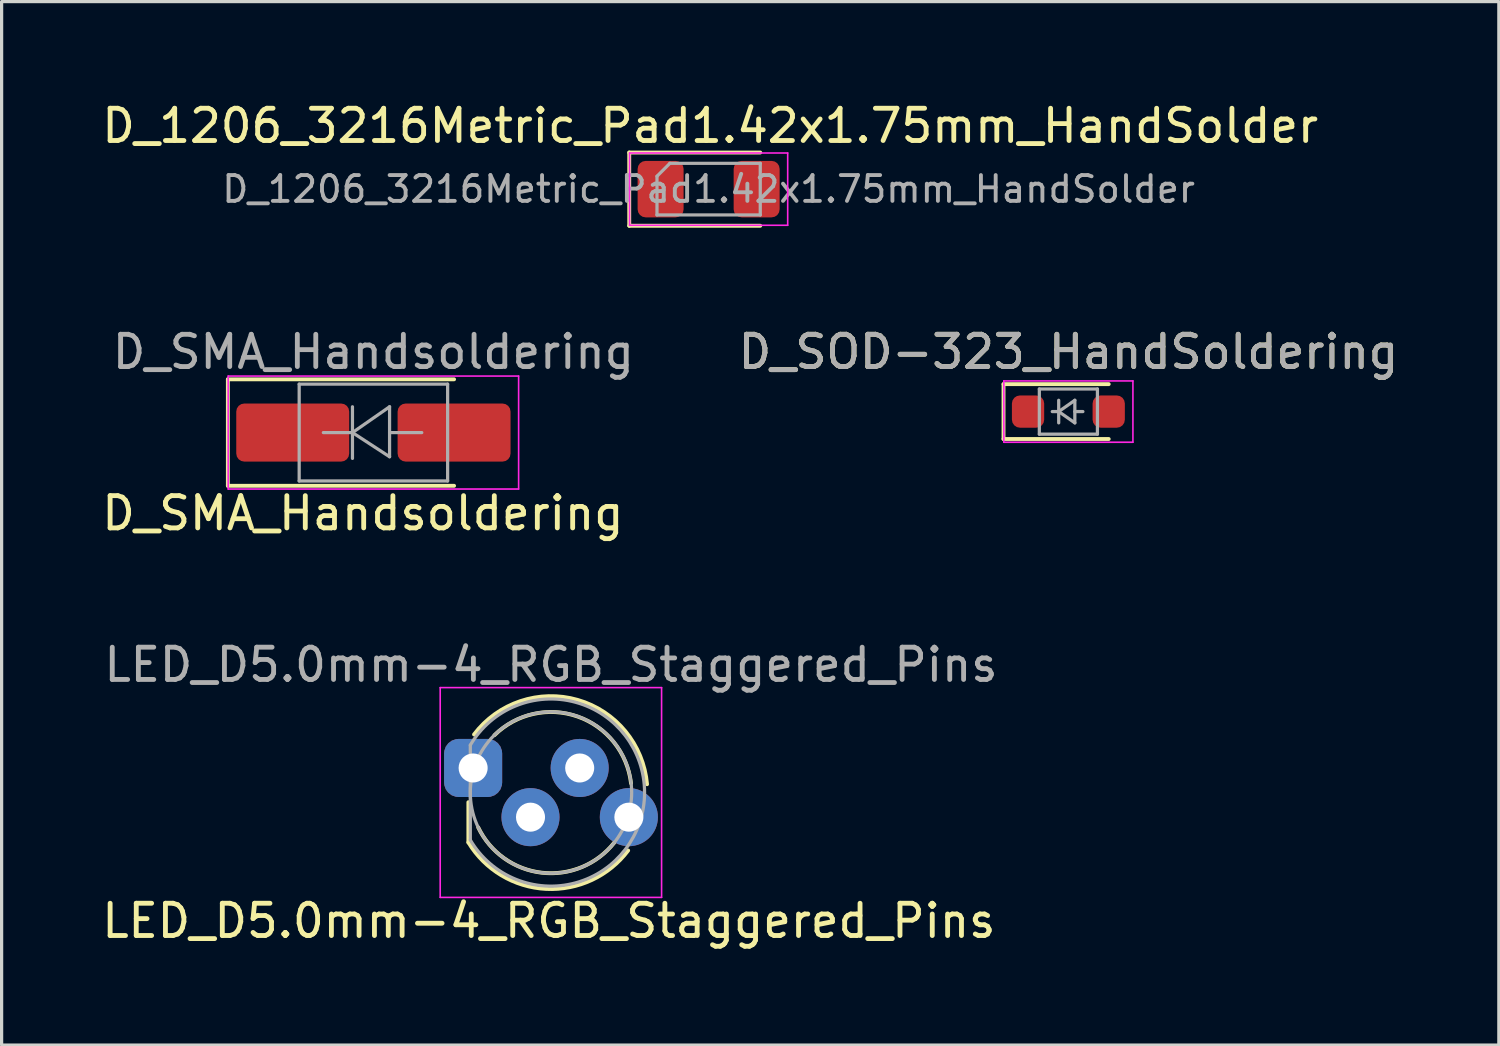
<source format=kicad_pcb>
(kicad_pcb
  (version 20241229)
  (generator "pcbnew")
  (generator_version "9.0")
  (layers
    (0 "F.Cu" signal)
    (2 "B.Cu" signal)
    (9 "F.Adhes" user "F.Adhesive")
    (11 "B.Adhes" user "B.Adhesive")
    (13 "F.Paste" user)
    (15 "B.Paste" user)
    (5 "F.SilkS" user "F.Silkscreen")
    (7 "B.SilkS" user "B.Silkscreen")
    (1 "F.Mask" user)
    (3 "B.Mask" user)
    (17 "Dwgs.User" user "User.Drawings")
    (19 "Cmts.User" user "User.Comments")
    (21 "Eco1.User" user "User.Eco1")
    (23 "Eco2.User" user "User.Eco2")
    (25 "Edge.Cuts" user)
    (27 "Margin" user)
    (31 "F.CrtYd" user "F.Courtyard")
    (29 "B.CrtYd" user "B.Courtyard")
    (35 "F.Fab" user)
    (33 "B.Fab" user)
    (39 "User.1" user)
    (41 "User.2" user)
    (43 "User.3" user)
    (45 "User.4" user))
  (footprint "LED_D5.0mm-4_RGB_Staggered_Pins"
    (layer "F.Cu")
    (at 11.611 20.748)
    (property "Reference" "LED_D5.0mm-4_RGB_Staggered_Pins" (at 2.347 4.737 0) (layer "F.SilkS") (effects (font (size 1 1) (thickness 0.15))))
    (attr through_hole)
    (fp_line (start -0.147 2.307) (end -0.147 1.061) (stroke (width 0.12) (type solid)) (layer "F.SilkS"))
    (fp_arc (start 0.028 -1.038) (mid 3.238737 -2.109652) (end 5.389836 0.503784) (stroke (width 0.12) (type solid)) (layer "F.SilkS"))
    (fp_arc (start 0.660401 -1.015999) (mid 3.242766 -1.592649) (end 4.89309 0.475579) (stroke (width 0.12) (type solid)) (layer "F.SilkS"))
    (fp_arc (start 4.372086 2.315056) (mid 2.134091 3.246393) (end 0.158316 1.842) (stroke (width 0.12) (type solid)) (layer "F.SilkS"))
    (fp_arc (start 4.804334 2.556887) (mid 2.262188 3.748194) (end -0.147 2.30683) (stroke (width 0.12) (type solid)) (layer "F.SilkS"))
    (fp_line (start -1.02 -2.49) (end -1.02 4.01) (stroke (width 0.05) (type solid)) (layer "F.CrtYd"))
    (fp_line (start -1.02 4.01) (end 5.84 4.01) (stroke (width 0.05) (type solid)) (layer "F.CrtYd"))
    (fp_line (start 5.84 -2.49) (end -1.02 -2.49) (stroke (width 0.05) (type solid)) (layer "F.CrtYd"))
    (fp_line (start 5.84 4.01) (end 5.84 -2.49) (stroke (width 0.05) (type solid)) (layer "F.CrtYd"))
    (fp_line (start -0.087 2.232) (end -0.087 -0.708) (stroke (width 0.1) (type solid)) (layer "F.Fab"))
    (fp_arc (start -0.087 -0.707694) (mid 5.313 0.762016) (end -0.087016 2.231666) (stroke (width 0.1) (type solid)) (layer "F.Fab"))
    (fp_circle (center 2.413 0.762) (end 4.913 0.762) (stroke (width 0.1) (type solid)) (fill no) (layer "F.Fab"))
    (fp_text user "${REFERENCE}" (at 2.413 -3.198 0) (layer "F.Fab") (effects (font (size 1 1) (thickness 0.15))))
    (pad "1" thru_hole roundrect (at 0 0) (size 1.8 1.8) (drill 0.9) (layers "*.Cu" "*.Mask") (roundrect_rratio 0.25))
    (pad "2" thru_hole circle (at 1.778 1.524) (size 1.8 1.8) (drill 0.9) (layers "*.Cu" "*.Mask"))
    (pad "3" thru_hole circle (at 3.302 0) (size 1.8 1.8) (drill 0.9) (layers "*.Cu" "*.Mask"))
    (pad "4" thru_hole circle (at 4.826 1.524) (size 1.8 1.8) (drill 0.9) (layers "*.Cu" "*.Mask")))
  (footprint "D_SMA_Handsoldering"
    (layer "F.Cu")
    (at 8.521 10.354)
    (property "Reference" "D_SMA_Handsoldering" (at -0.325 2.5 0) (layer "F.SilkS") (effects (font (size 1 1) (thickness 0.15))))
    (attr smd)
    (fp_line (start -4.51 -1.65) (end -4.51 1.65) (stroke (width 0.12) (type solid)) (layer "F.SilkS"))
    (fp_line (start -4.51 -1.65) (end 2.5 -1.65) (stroke (width 0.12) (type solid)) (layer "F.SilkS"))
    (fp_line (start -4.51 1.65) (end 2.5 1.65) (stroke (width 0.12) (type solid)) (layer "F.SilkS"))
    (fp_line (start -4.5 -1.75) (end 4.5 -1.75) (stroke (width 0.05) (type solid)) (layer "F.CrtYd"))
    (fp_line (start -4.5 1.75) (end -4.5 -1.75) (stroke (width 0.05) (type solid)) (layer "F.CrtYd"))
    (fp_line (start 4.5 -1.75) (end 4.5 1.75) (stroke (width 0.05) (type solid)) (layer "F.CrtYd"))
    (fp_line (start 4.5 1.75) (end -4.5 1.75) (stroke (width 0.05) (type solid)) (layer "F.CrtYd"))
    (fp_line (start -2.3 1.5) (end -2.3 -1.5) (stroke (width 0.1) (type solid)) (layer "F.Fab"))
    (fp_line (start -0.649 -0.799) (end -0.649 0.801) (stroke (width 0.1) (type solid)) (layer "F.Fab"))
    (fp_line (start -0.649 0.001) (end -1.551 0.001) (stroke (width 0.1) (type solid)) (layer "F.Fab"))
    (fp_line (start -0.649 0.001) (end 0.501 -0.799) (stroke (width 0.1) (type solid)) (layer "F.Fab"))
    (fp_line (start -0.649 0.001) (end 0.501 0.75) (stroke (width 0.1) (type solid)) (layer "F.Fab"))
    (fp_line (start 0.501 0.001) (end 1.499 0.001) (stroke (width 0.1) (type solid)) (layer "F.Fab"))
    (fp_line (start 0.501 0.75) (end 0.501 -0.799) (stroke (width 0.1) (type solid)) (layer "F.Fab"))
    (fp_line (start 2.3 -1.5) (end -2.3 -1.5) (stroke (width 0.1) (type solid)) (layer "F.Fab"))
    (fp_line (start 2.3 -1.5) (end 2.3 1.5) (stroke (width 0.1) (type solid)) (layer "F.Fab"))
    (fp_line (start 2.3 1.5) (end -2.3 1.5) (stroke (width 0.1) (type solid)) (layer "F.Fab"))
    (fp_text user "${REFERENCE}" (at 0 -2.5 0) (layer "F.Fab") (effects (font (size 1 1) (thickness 0.15))))
    (pad "1" smd roundrect (at -2.5 0) (size 3.5 1.8) (layers "F.Cu" "F.Mask" "F.Paste") (roundrect_rratio 0.139))
    (pad "2" smd roundrect (at 2.5 0) (size 3.5 1.8) (layers "F.Cu" "F.Mask" "F.Paste") (roundrect_rratio 0.139)))
  (footprint "D_1206_3216Metric_Pad1.42x1.75mm_HandSolder"
    (layer "F.Cu")
    (at 18.909 2.811)
    (property "Reference" "D_1206_3216Metric_Pad1.42x1.75mm_HandSolder" (at 0.049 -1.962 0) (unlocked yes) (layer "F.SilkS") (effects (font (size 1 1) (thickness 0.15))))
    (attr smd)
    (fp_line (start -2.46 -1.135) (end 1.6 -1.135) (stroke (width 0.12) (type solid)) (layer "F.SilkS"))
    (fp_line (start -2.46 1.135) (end -2.46 -1.135) (stroke (width 0.12) (type solid)) (layer "F.SilkS"))
    (fp_line (start 1.6 1.135) (end -2.46 1.135) (stroke (width 0.12) (type solid)) (layer "F.SilkS"))
    (fp_line (start -2.45 -1.12) (end -2.45 1.12) (stroke (width 0.05) (type solid)) (layer "F.CrtYd"))
    (fp_line (start -2.45 1.12) (end 2.45 1.12) (stroke (width 0.05) (type solid)) (layer "F.CrtYd"))
    (fp_line (start 2.45 -1.12) (end -2.45 -1.12) (stroke (width 0.05) (type solid)) (layer "F.CrtYd"))
    (fp_line (start 2.45 1.12) (end 2.45 -1.12) (stroke (width 0.05) (type solid)) (layer "F.CrtYd"))
    (fp_line (start -1.6 -0.4) (end -1.2 -0.8) (stroke (width 0.1) (type solid)) (layer "F.Fab"))
    (fp_line (start -1.6 0.8) (end -1.6 -0.4) (stroke (width 0.1) (type solid)) (layer "F.Fab"))
    (fp_line (start -1.2 -0.8) (end 1.6 -0.8) (stroke (width 0.1) (type solid)) (layer "F.Fab"))
    (fp_line (start 1.6 -0.8) (end 1.6 0.8) (stroke (width 0.1) (type solid)) (layer "F.Fab"))
    (fp_line (start 1.6 0.8) (end -1.6 0.8) (stroke (width 0.1) (type solid)) (layer "F.Fab"))
    (fp_text user "${REFERENCE}" (at 0 0 180) (layer "F.Fab") (effects (font (size 0.8 0.8) (thickness 0.12))))
    (pad "1" smd roundrect (at -1.488 0) (size 1.425 1.75) (layers "F.Cu" "F.Mask" "F.Paste") (roundrect_rratio 0.175))
    (pad "2" smd roundrect (at 1.488 0) (size 1.425 1.75) (layers "F.Cu" "F.Mask" "F.Paste") (roundrect_rratio 0.175)))
  (footprint "D_SOD-323_HandSoldering"
    (layer "F.Cu")
    (at 30.057 9.704)
    (property "Reference" "D_SOD-323_HandSoldering" (at 0 -1.85 0) (layer "F.SilkS") (effects (font (size 1 1) (thickness 0.15))))
    (attr smd)
    (fp_line (start -2.01 0.85) (end -2.01 -0.85) (stroke (width 0.12) (type solid)) (layer "F.SilkS"))
    (fp_line (start 1.25 -0.85) (end -2.01 -0.85) (stroke (width 0.12) (type solid)) (layer "F.SilkS"))
    (fp_line (start 1.25 0.85) (end -2.01 0.85) (stroke (width 0.12) (type solid)) (layer "F.SilkS"))
    (fp_line (start -2 0.95) (end -2 -0.95) (stroke (width 0.05) (type solid)) (layer "F.CrtYd"))
    (fp_line (start 2 -0.95) (end -2 -0.95) (stroke (width 0.05) (type solid)) (layer "F.CrtYd"))
    (fp_line (start 2 0.95) (end -2 0.95) (stroke (width 0.05) (type solid)) (layer "F.CrtYd"))
    (fp_line (start 2 0.95) (end 2 -0.95) (stroke (width 0.05) (type solid)) (layer "F.CrtYd"))
    (fp_line (start -0.9 -0.7) (end -0.9 0.7) (stroke (width 0.1) (type solid)) (layer "F.Fab"))
    (fp_line (start -0.9 0.7) (end 0.9 0.7) (stroke (width 0.1) (type solid)) (layer "F.Fab"))
    (fp_line (start -0.5 0) (end -0.3 0) (stroke (width 0.1) (type solid)) (layer "F.Fab"))
    (fp_line (start -0.3 0) (end 0.2 0.35) (stroke (width 0.1) (type solid)) (layer "F.Fab"))
    (fp_line (start -0.3 0.35) (end -0.3 -0.35) (stroke (width 0.1) (type solid)) (layer "F.Fab"))
    (fp_line (start 0.2 -0.35) (end -0.3 0) (stroke (width 0.1) (type solid)) (layer "F.Fab"))
    (fp_line (start 0.2 0.35) (end 0.2 -0.35) (stroke (width 0.1) (type solid)) (layer "F.Fab"))
    (fp_line (start 0.45 0) (end 0.2 0) (stroke (width 0.1) (type solid)) (layer "F.Fab"))
    (fp_line (start 0.9 -0.7) (end -0.9 -0.7) (stroke (width 0.1) (type solid)) (layer "F.Fab"))
    (fp_line (start 0.9 0.7) (end 0.9 -0.7) (stroke (width 0.1) (type solid)) (layer "F.Fab"))
    (fp_text user "${REFERENCE}" (at 0 -1.85 0) (layer "F.Fab") (effects (font (size 1 1) (thickness 0.15))))
    (pad "1" smd roundrect (at -1.25 0) (size 1 1) (layers "F.Cu" "F.Mask" "F.Paste") (roundrect_rratio 0.25))
    (pad "2" smd roundrect (at 1.25 0) (size 1 1) (layers "F.Cu" "F.Mask" "F.Paste") (roundrect_rratio 0.25)))
  (gr_rect
    (start -3 -3)
    (end 43.396 29.334)
    (stroke (width 0.1) (type default))
    (fill no)
    (layer "Edge.Cuts")))
</source>
